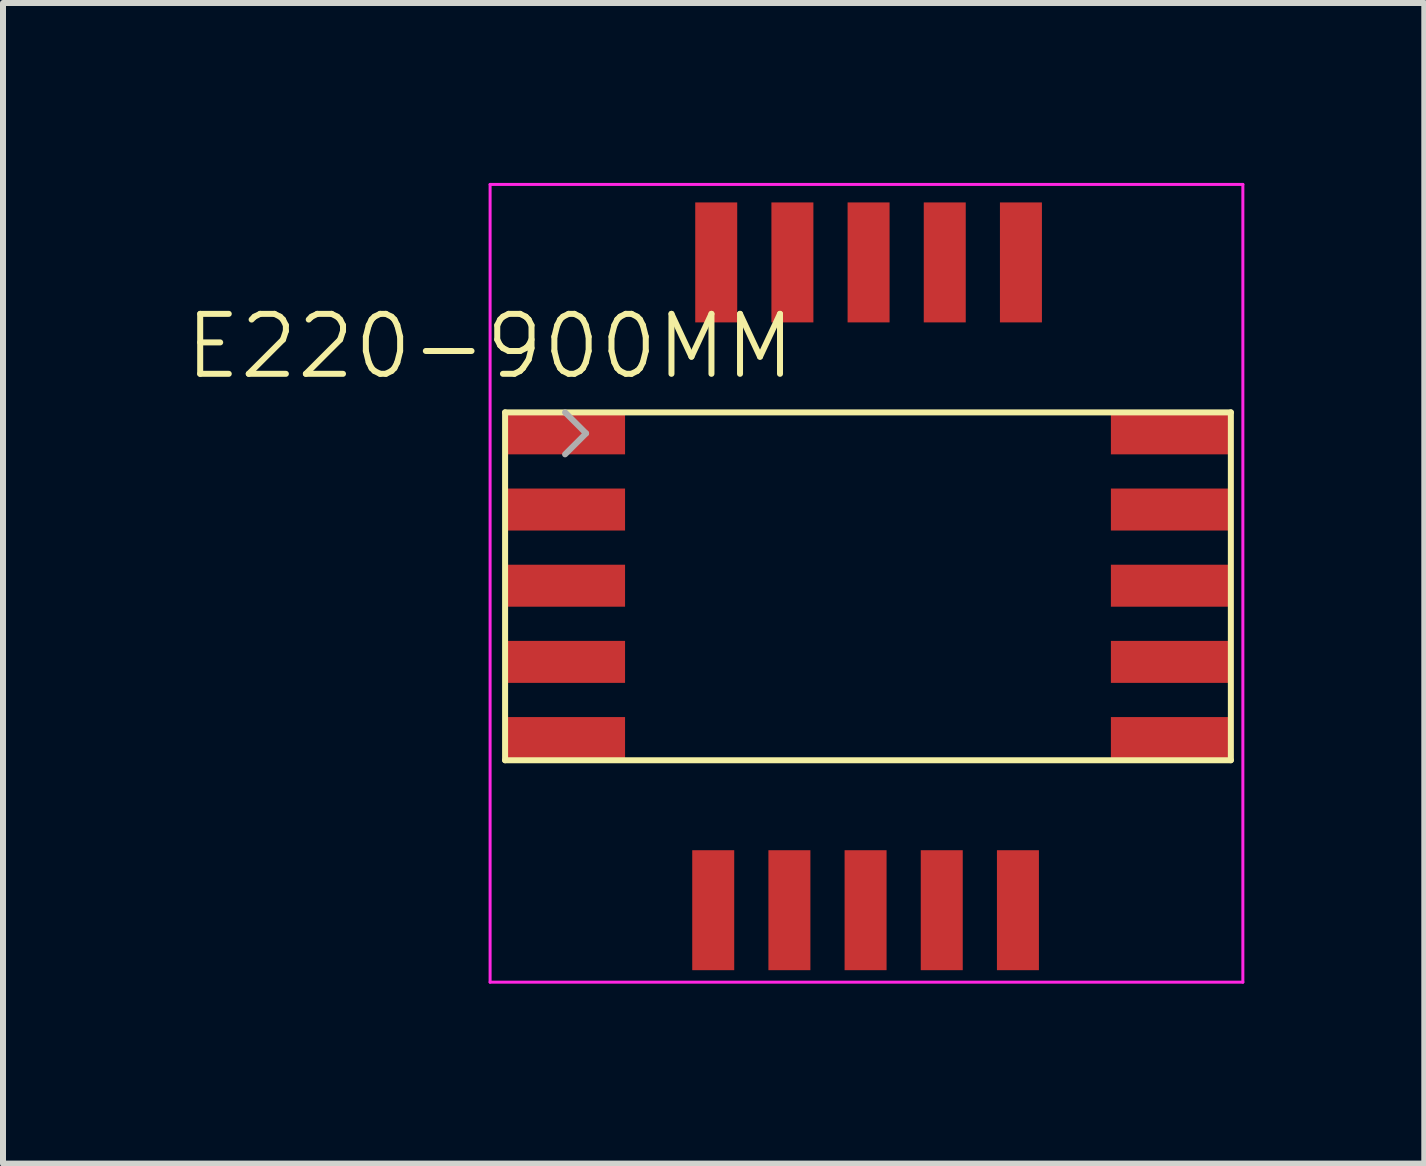
<source format=kicad_pcb>
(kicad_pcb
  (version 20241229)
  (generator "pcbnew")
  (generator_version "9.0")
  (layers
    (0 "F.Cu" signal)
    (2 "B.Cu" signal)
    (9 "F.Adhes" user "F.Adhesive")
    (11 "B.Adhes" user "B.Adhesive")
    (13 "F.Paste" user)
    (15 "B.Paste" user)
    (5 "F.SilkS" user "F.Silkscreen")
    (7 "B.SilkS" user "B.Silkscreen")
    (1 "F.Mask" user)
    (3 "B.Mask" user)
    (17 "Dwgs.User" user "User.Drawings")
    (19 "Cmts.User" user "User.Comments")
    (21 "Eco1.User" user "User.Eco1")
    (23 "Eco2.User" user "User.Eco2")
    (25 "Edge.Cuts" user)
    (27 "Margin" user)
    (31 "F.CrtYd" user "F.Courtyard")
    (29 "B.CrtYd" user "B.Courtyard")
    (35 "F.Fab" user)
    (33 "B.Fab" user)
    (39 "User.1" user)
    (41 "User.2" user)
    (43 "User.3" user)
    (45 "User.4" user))
  (footprint "E220-900MM"
    (layer "F.Cu")
    (at 5.121 3.225)
    (property "Reference" "E220-900MM" (at 0 -0.5 0) (unlocked yes) (layer "F.SilkS") (effects (font (size 1 1) (thickness 0.1))))
    (attr smd)
    (fp_line (start 0.25 0.6) (end 0.25 6.4) (stroke (width 0.1) (type default)) (layer "F.SilkS"))
    (fp_line (start 0.25 0.6) (end 12.35 0.6) (stroke (width 0.1) (type default)) (layer "F.SilkS"))
    (fp_line (start 0.25 6.4) (end 12.35 6.4) (stroke (width 0.1) (type default)) (layer "F.SilkS"))
    (fp_line (start 12.35 0.6) (end 12.35 6.4) (stroke (width 0.1) (type default)) (layer "F.SilkS"))
    (fp_line (start 0 -3.2) (end 12.55 -3.2) (stroke (width 0.05) (type solid)) (layer "F.CrtYd"))
    (fp_line (start 0 10.1) (end 0 -3.2) (stroke (width 0.05) (type solid)) (layer "F.CrtYd"))
    (fp_line (start 12.55 -3.2) (end 12.55 10.1) (stroke (width 0.05) (type solid)) (layer "F.CrtYd"))
    (fp_line (start 12.55 10.1) (end 0 10.1) (stroke (width 0.05) (type solid)) (layer "F.CrtYd"))
    (fp_line (start 1.25 0.6) (end 1.6 0.95) (stroke (width 0.1) (type solid)) (layer "F.Fab"))
    (fp_line (start 1.6 0.95) (end 1.25 1.3) (stroke (width 0.1) (type solid)) (layer "F.Fab"))
    (pad "1" smd rect (at 11.35 0.95 270) (size 0.7 2) (layers "F.Cu" "F.Mask" "F.Paste"))
    (pad "2" smd rect (at 11.35 2.22 270) (size 0.7 2) (layers "F.Cu" "F.Mask" "F.Paste"))
    (pad "3" smd rect (at 11.35 3.49 270) (size 0.7 2) (layers "F.Cu" "F.Mask" "F.Paste"))
    (pad "4" smd rect (at 11.35 4.76 270) (size 0.7 2) (layers "F.Cu" "F.Mask" "F.Paste"))
    (pad "5" smd rect (at 11.35 6.03 270) (size 0.7 2) (layers "F.Cu" "F.Mask" "F.Paste"))
    (pad "6" smd rect (at 8.8 8.9) (size 0.7 2) (layers "F.Cu" "F.Mask" "F.Paste"))
    (pad "7" smd rect (at 7.53 8.9) (size 0.7 2) (layers "F.Cu" "F.Mask" "F.Paste"))
    (pad "8" smd rect (at 6.26 8.9) (size 0.7 2) (layers "F.Cu" "F.Mask" "F.Paste"))
    (pad "9" smd rect (at 4.99 8.9) (size 0.7 2) (layers "F.Cu" "F.Mask" "F.Paste"))
    (pad "10" smd rect (at 3.72 8.9) (size 0.7 2) (layers "F.Cu" "F.Mask" "F.Paste"))
    (pad "11" smd rect (at 1.25 6.03 270) (size 0.7 2) (layers "F.Cu" "F.Mask" "F.Paste"))
    (pad "12" smd rect (at 1.25 4.76 270) (size 0.7 2) (layers "F.Cu" "F.Mask" "F.Paste"))
    (pad "13" smd rect (at 1.25 3.49 270) (size 0.7 2) (layers "F.Cu" "F.Mask" "F.Paste"))
    (pad "14" smd rect (at 1.25 2.22 270) (size 0.7 2) (layers "F.Cu" "F.Mask" "F.Paste"))
    (pad "15" smd rect (at 1.25 0.95 270) (size 0.7 2) (layers "F.Cu" "F.Mask" "F.Paste"))
    (pad "16" smd rect (at 3.77 -1.9) (size 0.7 2) (layers "F.Cu" "F.Mask" "F.Paste"))
    (pad "17" smd rect (at 5.04 -1.9) (size 0.7 2) (layers "F.Cu" "F.Mask" "F.Paste"))
    (pad "18" smd rect (at 6.31 -1.9) (size 0.7 2) (layers "F.Cu" "F.Mask" "F.Paste"))
    (pad "19" smd rect (at 7.58 -1.9) (size 0.7 2) (layers "F.Cu" "F.Mask" "F.Paste"))
    (pad "20" smd rect (at 8.85 -1.9) (size 0.7 2) (layers "F.Cu" "F.Mask" "F.Paste")))
  (gr_rect
    (start -3 -3)
    (end 20.696 16.35)
    (stroke (width 0.1) (type default))
    (fill no)
    (layer "Edge.Cuts")))
</source>
